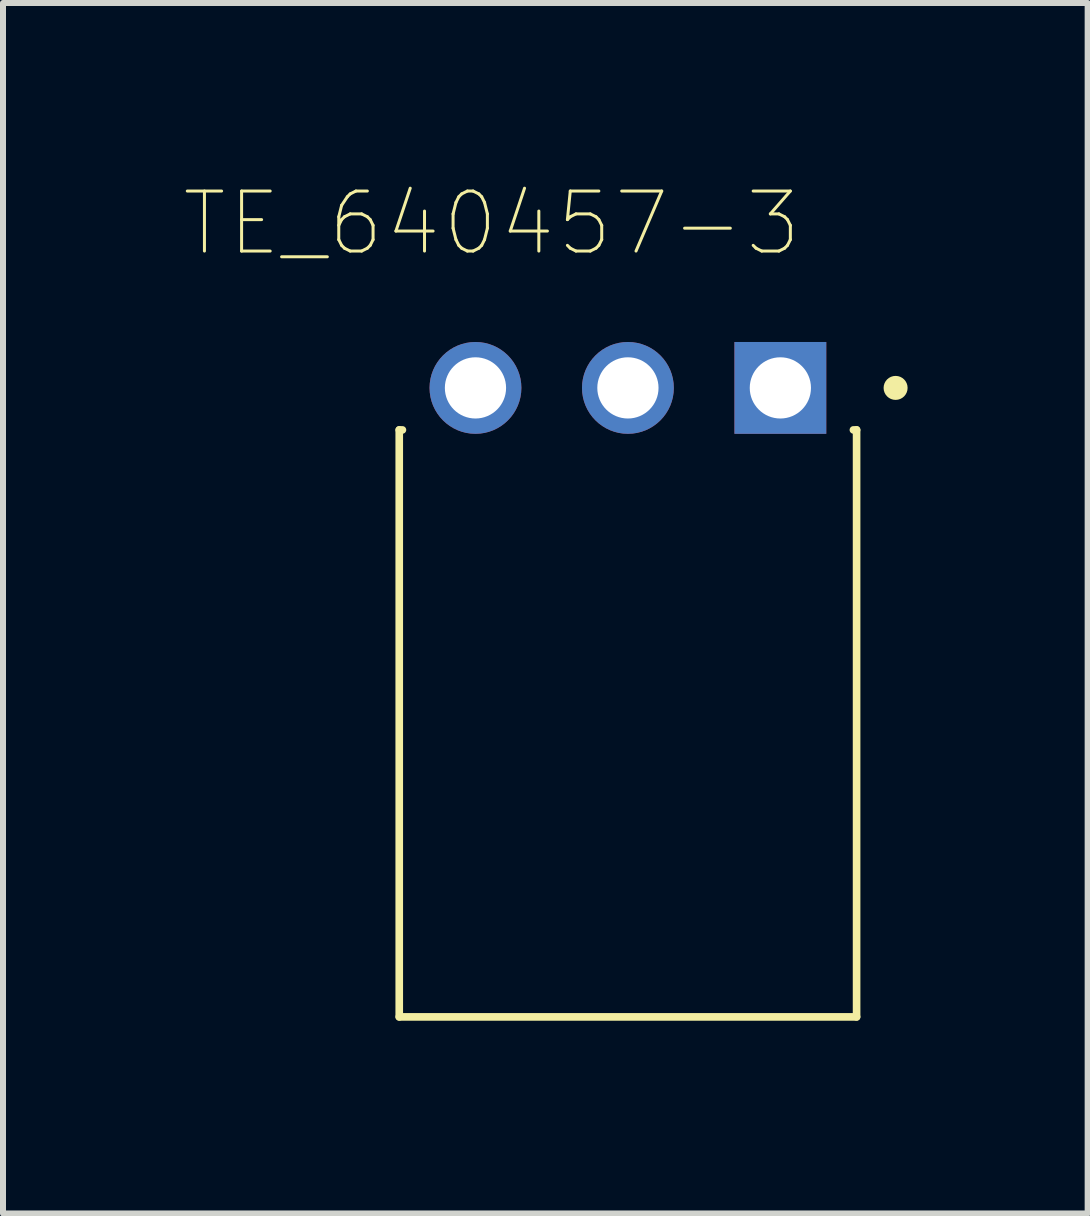
<source format=kicad_pcb>
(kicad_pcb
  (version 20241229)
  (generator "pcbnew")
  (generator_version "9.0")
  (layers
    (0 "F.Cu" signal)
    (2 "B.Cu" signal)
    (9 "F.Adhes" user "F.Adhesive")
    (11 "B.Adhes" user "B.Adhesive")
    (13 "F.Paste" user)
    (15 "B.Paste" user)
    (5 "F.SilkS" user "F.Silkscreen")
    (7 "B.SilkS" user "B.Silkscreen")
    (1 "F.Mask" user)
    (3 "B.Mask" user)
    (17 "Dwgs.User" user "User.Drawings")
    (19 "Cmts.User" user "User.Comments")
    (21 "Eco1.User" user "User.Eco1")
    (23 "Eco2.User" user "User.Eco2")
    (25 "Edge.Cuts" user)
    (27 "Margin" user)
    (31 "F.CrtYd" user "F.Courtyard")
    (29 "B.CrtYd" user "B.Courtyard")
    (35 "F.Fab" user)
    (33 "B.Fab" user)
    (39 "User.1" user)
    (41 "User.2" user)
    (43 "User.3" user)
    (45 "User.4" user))
  (footprint "TE_640457-3"
    (layer "F.Cu")
    (at 9.952 3.413)
    (property "Reference" "TE_640457-3" (at -4.81 -2.74 0) (layer "F.SilkS") (effects (font (size 1 1) (thickness 0.05))))
    (attr through_hole)
    (fp_line (start -6.35 0.7) (end -6.297 0.7) (stroke (width 0.127) (type solid)) (layer "F.SilkS"))
    (fp_line (start -6.35 10.48) (end -6.35 0.7) (stroke (width 0.127) (type solid)) (layer "F.SilkS"))
    (fp_line (start -6.35 10.48) (end 1.27 10.48) (stroke (width 0.127) (type solid)) (layer "F.SilkS"))
    (fp_line (start 1.217 0.7) (end 1.27 0.7) (stroke (width 0.127) (type solid)) (layer "F.SilkS"))
    (fp_line (start 1.27 0.7) (end 1.27 10.48) (stroke (width 0.127) (type solid)) (layer "F.SilkS"))
    (fp_circle (center 1.92 0) (end 2.02 0) (stroke (width 0.2) (type solid)) (fill no) (layer "F.SilkS"))
    (fp_line (start -6.6 -1.105) (end 1.52 -1.105) (stroke (width 0.05) (type solid)) (layer "Eco1.User"))
    (fp_line (start -6.6 10.73) (end -6.6 -1.105) (stroke (width 0.05) (type solid)) (layer "Eco1.User"))
    (fp_line (start 1.52 -1.105) (end 1.52 10.73) (stroke (width 0.05) (type solid)) (layer "Eco1.User"))
    (fp_line (start 1.52 10.73) (end -6.6 10.73) (stroke (width 0.05) (type solid)) (layer "Eco1.User"))
    (fp_line (start -6.35 0.7) (end 1.27 0.7) (stroke (width 0.127) (type solid)) (layer "Eco2.User"))
    (fp_line (start -6.35 10.48) (end -6.35 0.7) (stroke (width 0.127) (type solid)) (layer "Eco2.User"))
    (fp_line (start -6.35 10.48) (end -6.35 10.48) (stroke (width 0.127) (type solid)) (layer "Eco2.User"))
    (fp_line (start -6.35 10.48) (end 1.27 10.48) (stroke (width 0.127) (type solid)) (layer "Eco2.User"))
    (fp_line (start 1.27 0.7) (end 1.27 10.48) (stroke (width 0.127) (type solid)) (layer "Eco2.User"))
    (fp_line (start 1.27 10.48) (end -6.35 10.48) (stroke (width 0.127) (type solid)) (layer "Eco2.User"))
    (fp_line (start 1.27 10.48) (end 1.27 10.48) (stroke (width 0.127) (type solid)) (layer "Eco2.User"))
    (fp_circle (center 1.92 0) (end 2.02 0) (stroke (width 0.2) (type solid)) (fill no) (layer "Eco2.User"))
    (pad "1" thru_hole rect (at 0 0) (size 1.53 1.53) (drill 1.02) (layers "*.Cu" "*.Mask"))
    (pad "2" thru_hole circle (at -2.54 0) (size 1.53 1.53) (drill 1.02) (layers "*.Cu" "*.Mask"))
    (pad "3" thru_hole circle (at -5.08 0) (size 1.53 1.53) (drill 1.02) (layers "*.Cu" "*.Mask")))
  (gr_rect
    (start -3 -3)
    (end 15.072 17.168)
    (stroke (width 0.1) (type default))
    (fill no)
    (layer "Edge.Cuts")))
</source>
